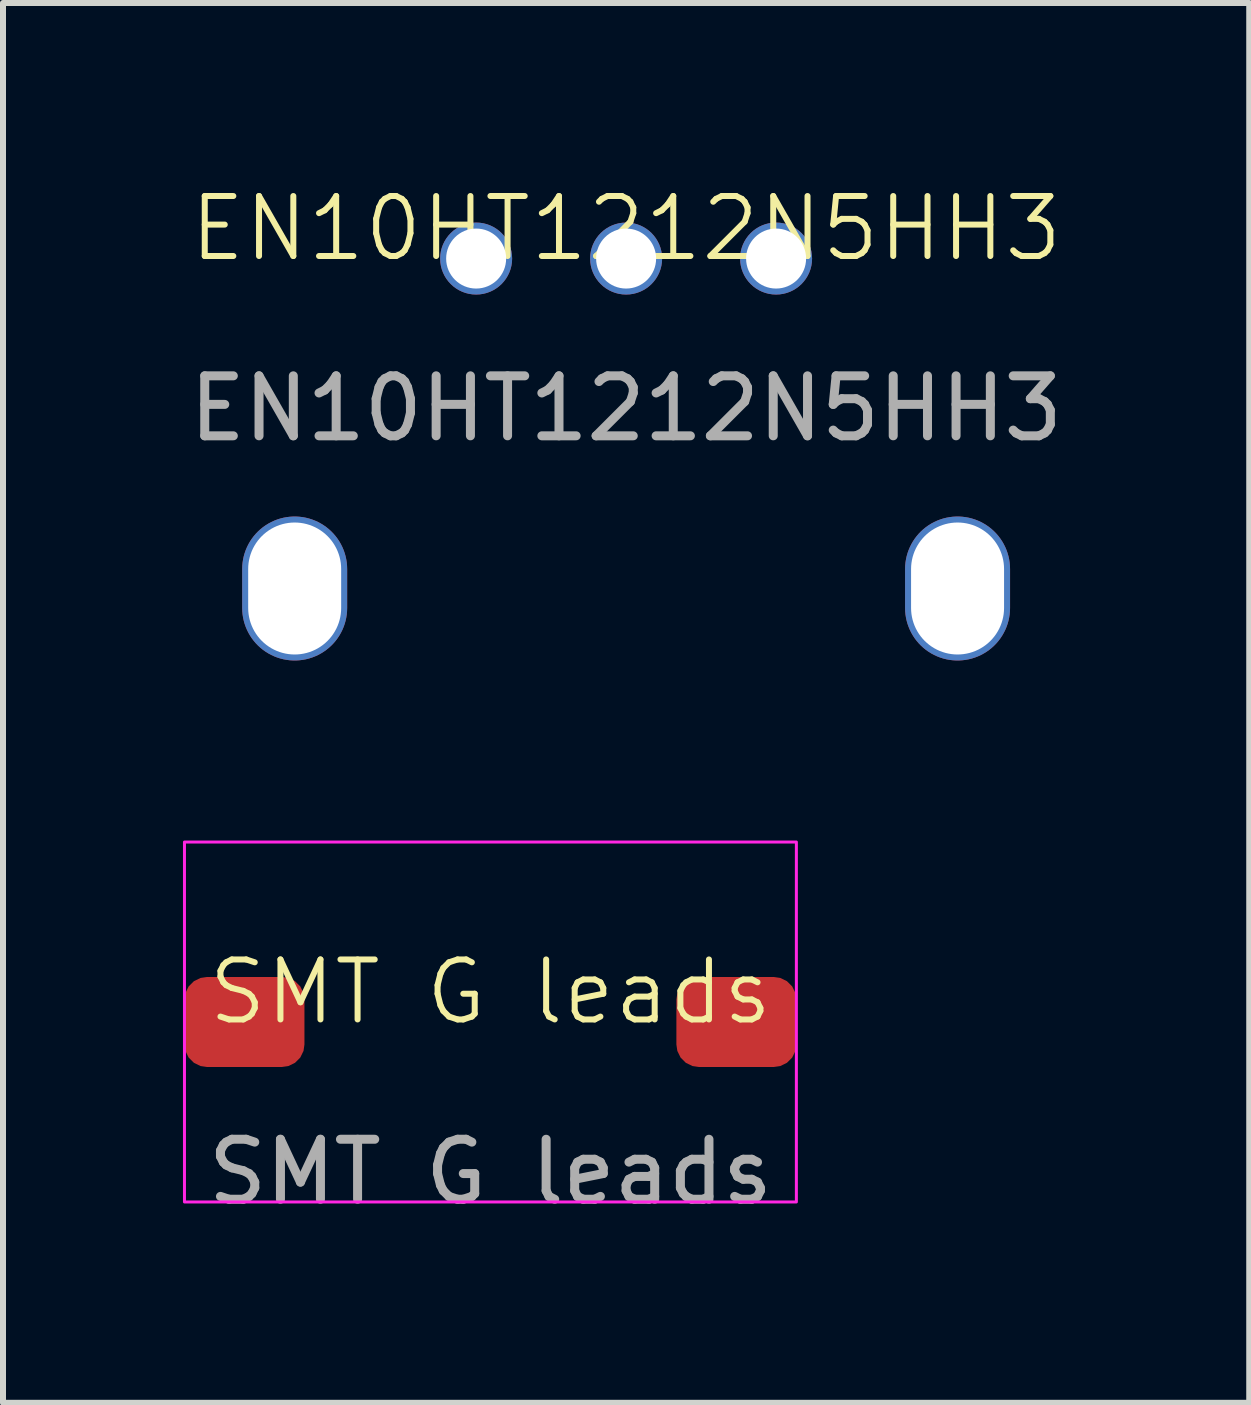
<source format=kicad_pcb>
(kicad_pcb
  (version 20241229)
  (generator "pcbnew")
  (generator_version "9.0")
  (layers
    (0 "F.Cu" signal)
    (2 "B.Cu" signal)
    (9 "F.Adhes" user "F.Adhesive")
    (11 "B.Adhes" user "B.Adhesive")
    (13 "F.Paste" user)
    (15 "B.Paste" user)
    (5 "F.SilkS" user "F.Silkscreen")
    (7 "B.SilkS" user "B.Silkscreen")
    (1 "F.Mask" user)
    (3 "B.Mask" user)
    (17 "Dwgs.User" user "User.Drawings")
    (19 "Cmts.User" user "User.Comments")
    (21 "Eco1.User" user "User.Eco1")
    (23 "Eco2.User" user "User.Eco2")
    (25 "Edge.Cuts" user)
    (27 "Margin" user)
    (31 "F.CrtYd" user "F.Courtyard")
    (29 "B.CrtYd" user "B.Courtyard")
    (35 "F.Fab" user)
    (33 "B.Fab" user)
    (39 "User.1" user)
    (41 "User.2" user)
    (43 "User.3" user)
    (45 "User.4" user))
  (footprint "EN10HT1212N5HH3"
    (layer "F.Cu")
    (at 7.387 1.26)
    (property "Reference" "EN10HT1212N5HH3" (at 0 -0.5 0) (unlocked yes) (layer "F.SilkS") (effects (font (size 1 1) (thickness 0.1))))
    (attr through_hole)
    (fp_text user "${REFERENCE}" (at 0 2.5 0) (unlocked yes) (layer "F.Fab") (effects (font (size 1 1) (thickness 0.15))))
    (pad "1" thru_hole circle (at -2.5 0) (size 1.2 1.2) (drill 1) (layers "*.Cu" "*.Mask"))
    (pad "2" thru_hole circle (at 0 0) (size 1.2 1.2) (drill 1) (layers "*.Cu" "*.Mask"))
    (pad "3" thru_hole circle (at 2.5 0) (size 1.2 1.2) (drill 1) (layers "*.Cu" "*.Mask"))
    (pad "4" thru_hole oval (at -5.525 5.5) (size 1.75 2.4) (drill oval 1.55 2.2) (layers "*.Cu" "*.Mask"))
    (pad "5" thru_hole oval (at 5.525 5.5) (size 1.75 2.4) (drill oval 1.55 2.2) (layers "*.Cu" "*.Mask")))
  (footprint "SMT G leads"
    (layer "F.Cu")
    (at 5.125 13.986)
    (property "Reference" "SMT G leads" (at 0 -0.5 0) (unlocked yes) (layer "F.SilkS") (effects (font (size 1 1) (thickness 0.1))))
    (attr smd)
    (fp_rect (start -5.1 -3) (end 5.1 3) (stroke (width 0.05) (type default)) (fill no) (layer "F.CrtYd"))
    (fp_text user "${REFERENCE}" (at 0 2.5 0) (unlocked yes) (layer "F.Fab") (effects (font (size 1 1) (thickness 0.15))))
    (pad "1" smd roundrect (at -4.1 0) (size 2 1.5) (layers "F.Cu" "F.Mask" "F.Paste") (roundrect_rratio 0.25))
    (pad "2" smd roundrect (at 4.1 0) (size 2 1.5) (layers "F.Cu" "F.Mask" "F.Paste") (roundrect_rratio 0.25)))
  (gr_rect
    (start -3 -3)
    (end 17.774 20.334)
    (stroke (width 0.1) (type default))
    (fill no)
    (layer "Edge.Cuts")))
</source>
